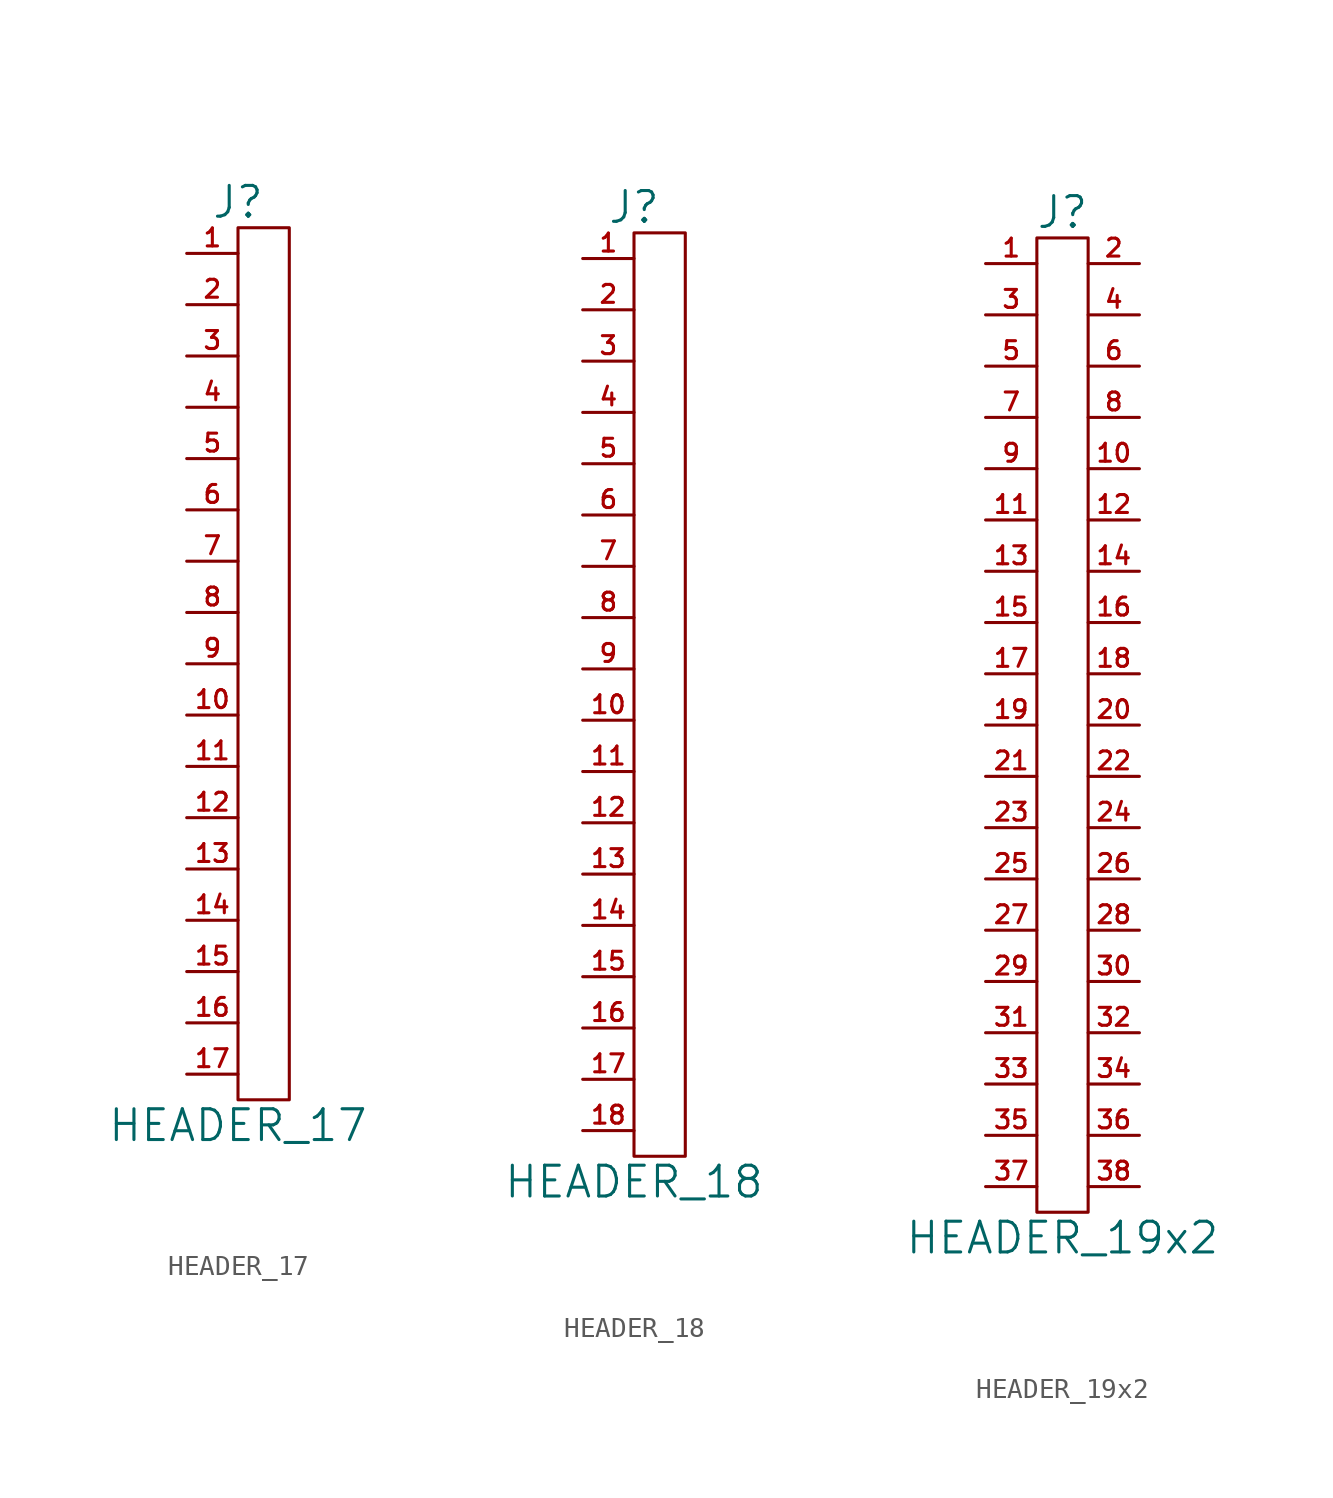
<source format=kicad_sym>
(kicad_symbol_lib
  (version 20220914)
  (generator kicad_symbol_editor)
  (symbol "HEADER_17"
    (pin_names
      (offset 0))
    (property "Reference" "J"
      (at 0 22.86 0)
      (effects (font (size 1.524 1.524))))
    (property "Value" "HEADER_17"
      (at 0 -22.86 0)
      (effects (font (size 1.524 1.524))))
    (property "Footprint" ""
      (at 0 0 0)
      (effects (font (size 1.524 1.524))))
    (property "Datasheet" ""
      (at 0 0 0)
      (effects (font (size 1.524 1.524))))
    (symbol "HEADER_17_0_1"
      (rectangle (start 2.54 21.59) (end 0 -21.59) (stroke (width 0) (type solid)) (fill (type none))))
    (symbol "HEADER_17_1_1"
      (pin passive line (at -2.54 20.32 0) (length 2.54) (name "~" (effects (font (size 0.889 0.889)))) (number "1" (effects (font (size 0.889 0.889)))))
      (pin passive line (at -2.54 -2.54 0) (length 2.54) (name "~" (effects (font (size 1.27 1.27)))) (number "10" (effects (font (size 0.889 0.889)))))
      (pin passive line (at -2.54 -5.08 0) (length 2.54) (name "~" (effects (font (size 1.27 1.27)))) (number "11" (effects (font (size 0.889 0.889)))))
      (pin passive line (at -2.54 -7.62 0) (length 2.54) (name "~" (effects (font (size 1.27 1.27)))) (number "12" (effects (font (size 0.889 0.889)))))
      (pin passive line (at -2.54 -10.16 0) (length 2.54) (name "~" (effects (font (size 1.27 1.27)))) (number "13" (effects (font (size 0.889 0.889)))))
      (pin passive line (at -2.54 -12.7 0) (length 2.54) (name "~" (effects (font (size 1.27 1.27)))) (number "14" (effects (font (size 0.889 0.889)))))
      (pin passive line (at -2.54 -15.24 0) (length 2.54) (name "~" (effects (font (size 1.27 1.27)))) (number "15" (effects (font (size 0.889 0.889)))))
      (pin passive line (at -2.54 -17.78 0) (length 2.54) (name "~" (effects (font (size 1.27 1.27)))) (number "16" (effects (font (size 0.889 0.889)))))
      (pin passive line (at -2.54 -20.32 0) (length 2.54) (name "~" (effects (font (size 1.27 1.27)))) (number "17" (effects (font (size 0.889 0.889)))))
      (pin passive line (at -2.54 17.78 0) (length 2.54) (name "~" (effects (font (size 1.27 1.27)))) (number "2" (effects (font (size 0.889 0.889)))))
      (pin passive line (at -2.54 15.24 0) (length 2.54) (name "~" (effects (font (size 1.27 1.27)))) (number "3" (effects (font (size 0.889 0.889)))))
      (pin passive line (at -2.54 12.7 0) (length 2.54) (name "~" (effects (font (size 1.27 1.27)))) (number "4" (effects (font (size 0.889 0.889)))))
      (pin passive line (at -2.54 10.16 0) (length 2.54) (name "~" (effects (font (size 1.27 1.27)))) (number "5" (effects (font (size 0.889 0.889)))))
      (pin passive line (at -2.54 7.62 0) (length 2.54) (name "~" (effects (font (size 1.27 1.27)))) (number "6" (effects (font (size 0.889 0.889)))))
      (pin passive line (at -2.54 5.08 0) (length 2.54) (name "~" (effects (font (size 1.27 1.27)))) (number "7" (effects (font (size 0.889 0.889)))))
      (pin passive line (at -2.54 2.54 0) (length 2.54) (name "~" (effects (font (size 1.27 1.27)))) (number "8" (effects (font (size 0.889 0.889)))))
      (pin passive line (at -2.54 0 0) (length 2.54) (name "~" (effects (font (size 1.27 1.27)))) (number "9" (effects (font (size 0.889 0.889)))))))
  (symbol "HEADER_18"
    (pin_names
      (offset 0))
    (property "Reference" "J"
      (at 0 24.13 0)
      (effects (font (size 1.524 1.524))))
    (property "Value" "HEADER_18"
      (at 0 -24.13 0)
      (effects (font (size 1.524 1.524))))
    (property "Footprint" ""
      (at 0 0 0)
      (effects (font (size 1.524 1.524))))
    (property "Datasheet" ""
      (at 0 0 0)
      (effects (font (size 1.524 1.524))))
    (symbol "HEADER_18_0_1"
      (rectangle (start 2.54 22.86) (end 0 -22.86) (stroke (width 0) (type solid)) (fill (type none))))
    (symbol "HEADER_18_1_1"
      (pin passive line (at -2.54 21.59 0) (length 2.54) (name "~" (effects (font (size 0.889 0.889)))) (number "1" (effects (font (size 0.889 0.889)))))
      (pin passive line (at -2.54 -1.27 0) (length 2.54) (name "~" (effects (font (size 1.27 1.27)))) (number "10" (effects (font (size 0.889 0.889)))))
      (pin passive line (at -2.54 -3.81 0) (length 2.54) (name "~" (effects (font (size 1.27 1.27)))) (number "11" (effects (font (size 0.889 0.889)))))
      (pin passive line (at -2.54 -6.35 0) (length 2.54) (name "~" (effects (font (size 1.27 1.27)))) (number "12" (effects (font (size 0.889 0.889)))))
      (pin passive line (at -2.54 -8.89 0) (length 2.54) (name "~" (effects (font (size 1.27 1.27)))) (number "13" (effects (font (size 0.889 0.889)))))
      (pin passive line (at -2.54 -11.43 0) (length 2.54) (name "~" (effects (font (size 1.27 1.27)))) (number "14" (effects (font (size 0.889 0.889)))))
      (pin passive line (at -2.54 -13.97 0) (length 2.54) (name "~" (effects (font (size 1.27 1.27)))) (number "15" (effects (font (size 0.889 0.889)))))
      (pin passive line (at -2.54 -16.51 0) (length 2.54) (name "~" (effects (font (size 1.27 1.27)))) (number "16" (effects (font (size 0.889 0.889)))))
      (pin passive line (at -2.54 -19.05 0) (length 2.54) (name "~" (effects (font (size 1.27 1.27)))) (number "17" (effects (font (size 0.889 0.889)))))
      (pin passive line (at -2.54 -21.59 0) (length 2.54) (name "~" (effects (font (size 1.27 1.27)))) (number "18" (effects (font (size 0.889 0.889)))))
      (pin passive line (at -2.54 19.05 0) (length 2.54) (name "~" (effects (font (size 1.27 1.27)))) (number "2" (effects (font (size 0.889 0.889)))))
      (pin passive line (at -2.54 16.51 0) (length 2.54) (name "~" (effects (font (size 1.27 1.27)))) (number "3" (effects (font (size 0.889 0.889)))))
      (pin passive line (at -2.54 13.97 0) (length 2.54) (name "~" (effects (font (size 1.27 1.27)))) (number "4" (effects (font (size 0.889 0.889)))))
      (pin passive line (at -2.54 11.43 0) (length 2.54) (name "~" (effects (font (size 1.27 1.27)))) (number "5" (effects (font (size 0.889 0.889)))))
      (pin passive line (at -2.54 8.89 0) (length 2.54) (name "~" (effects (font (size 1.27 1.27)))) (number "6" (effects (font (size 0.889 0.889)))))
      (pin passive line (at -2.54 6.35 0) (length 2.54) (name "~" (effects (font (size 1.27 1.27)))) (number "7" (effects (font (size 0.889 0.889)))))
      (pin passive line (at -2.54 3.81 0) (length 2.54) (name "~" (effects (font (size 1.27 1.27)))) (number "8" (effects (font (size 0.889 0.889)))))
      (pin passive line (at -2.54 1.27 0) (length 2.54) (name "~" (effects (font (size 1.27 1.27)))) (number "9" (effects (font (size 0.889 0.889)))))))
  (symbol "HEADER_19x2"
    (pin_names
      (offset 0))
    (property "Reference" "J"
      (at 0 25.4 0)
      (effects (font (size 1.524 1.524))))
    (property "Value" "HEADER_19x2"
      (at 0 -25.4 0)
      (effects (font (size 1.524 1.524))))
    (property "Footprint" ""
      (at 0 -1.27 0)
      (effects (font (size 1.524 1.524))))
    (property "Datasheet" ""
      (at 0 0 0)
      (effects (font (size 1.524 1.524))))
    (symbol "HEADER_19x2_0_1"
      (rectangle (start -1.27 24.13) (end 1.27 -24.13) (stroke (width 0) (type solid)) (fill (type none))))
    (symbol "HEADER_19x2_1_1"
      (pin passive line (at -3.81 22.86 0) (length 2.54) (name "~" (effects (font (size 0.889 0.889)))) (number "1" (effects (font (size 0.889 0.889)))))
      (pin passive line (at 3.81 12.7 180) (length 2.54) (name "~" (effects (font (size 1.27 1.27)))) (number "10" (effects (font (size 0.889 0.889)))))
      (pin passive line (at -3.81 10.16 0) (length 2.54) (name "~" (effects (font (size 1.27 1.27)))) (number "11" (effects (font (size 0.889 0.889)))))
      (pin passive line (at 3.81 10.16 180) (length 2.54) (name "~" (effects (font (size 1.27 1.27)))) (number "12" (effects (font (size 0.889 0.889)))))
      (pin passive line (at -3.81 7.62 0) (length 2.54) (name "~" (effects (font (size 1.27 1.27)))) (number "13" (effects (font (size 0.889 0.889)))))
      (pin passive line (at 3.81 7.62 180) (length 2.54) (name "~" (effects (font (size 1.27 1.27)))) (number "14" (effects (font (size 0.889 0.889)))))
      (pin passive line (at -3.81 5.08 0) (length 2.54) (name "~" (effects (font (size 1.27 1.27)))) (number "15" (effects (font (size 0.889 0.889)))))
      (pin passive line (at 3.81 5.08 180) (length 2.54) (name "~" (effects (font (size 1.27 1.27)))) (number "16" (effects (font (size 0.889 0.889)))))
      (pin passive line (at -3.81 2.54 0) (length 2.54) (name "~" (effects (font (size 1.27 1.27)))) (number "17" (effects (font (size 0.889 0.889)))))
      (pin passive line (at 3.81 2.54 180) (length 2.54) (name "~" (effects (font (size 1.27 1.27)))) (number "18" (effects (font (size 0.889 0.889)))))
      (pin passive line (at -3.81 0 0) (length 2.54) (name "~" (effects (font (size 1.27 1.27)))) (number "19" (effects (font (size 0.889 0.889)))))
      (pin passive line (at 3.81 22.86 180) (length 2.54) (name "~" (effects (font (size 1.27 1.27)))) (number "2" (effects (font (size 0.889 0.889)))))
      (pin passive line (at 3.81 0 180) (length 2.54) (name "~" (effects (font (size 1.27 1.27)))) (number "20" (effects (font (size 0.889 0.889)))))
      (pin passive line (at -3.81 -2.54 0) (length 2.54) (name "~" (effects (font (size 1.27 1.27)))) (number "21" (effects (font (size 0.889 0.889)))))
      (pin passive line (at 3.81 -2.54 180) (length 2.54) (name "~" (effects (font (size 1.27 1.27)))) (number "22" (effects (font (size 0.889 0.889)))))
      (pin passive line (at -3.81 -5.08 0) (length 2.54) (name "~" (effects (font (size 1.27 1.27)))) (number "23" (effects (font (size 0.889 0.889)))))
      (pin passive line (at 3.81 -5.08 180) (length 2.54) (name "~" (effects (font (size 1.27 1.27)))) (number "24" (effects (font (size 0.889 0.889)))))
      (pin passive line (at -3.81 -7.62 0) (length 2.54) (name "~" (effects (font (size 1.27 1.27)))) (number "25" (effects (font (size 0.889 0.889)))))
      (pin passive line (at 3.81 -7.62 180) (length 2.54) (name "~" (effects (font (size 1.27 1.27)))) (number "26" (effects (font (size 0.889 0.889)))))
      (pin passive line (at -3.81 -10.16 0) (length 2.54) (name "~" (effects (font (size 1.27 1.27)))) (number "27" (effects (font (size 0.889 0.889)))))
      (pin passive line (at 3.81 -10.16 180) (length 2.54) (name "~" (effects (font (size 1.27 1.27)))) (number "28" (effects (font (size 0.889 0.889)))))
      (pin passive line (at -3.81 -12.7 0) (length 2.54) (name "~" (effects (font (size 1.27 1.27)))) (number "29" (effects (font (size 0.889 0.889)))))
      (pin passive line (at -3.81 20.32 0) (length 2.54) (name "~" (effects (font (size 1.27 1.27)))) (number "3" (effects (font (size 0.889 0.889)))))
      (pin passive line (at 3.81 -12.7 180) (length 2.54) (name "~" (effects (font (size 1.27 1.27)))) (number "30" (effects (font (size 0.889 0.889)))))
      (pin passive line (at -3.81 -15.24 0) (length 2.54) (name "~" (effects (font (size 1.27 1.27)))) (number "31" (effects (font (size 0.889 0.889)))))
      (pin passive line (at 3.81 -15.24 180) (length 2.54) (name "~" (effects (font (size 1.27 1.27)))) (number "32" (effects (font (size 0.889 0.889)))))
      (pin passive line (at -3.81 -17.78 0) (length 2.54) (name "~" (effects (font (size 1.27 1.27)))) (number "33" (effects (font (size 0.889 0.889)))))
      (pin passive line (at 3.81 -17.78 180) (length 2.54) (name "~" (effects (font (size 1.27 1.27)))) (number "34" (effects (font (size 0.889 0.889)))))
      (pin passive line (at -3.81 -20.32 0) (length 2.54) (name "~" (effects (font (size 1.27 1.27)))) (number "35" (effects (font (size 0.889 0.889)))))
      (pin passive line (at 3.81 -20.32 180) (length 2.54) (name "~" (effects (font (size 1.27 1.27)))) (number "36" (effects (font (size 0.889 0.889)))))
      (pin passive line (at -3.81 -22.86 0) (length 2.54) (name "~" (effects (font (size 1.27 1.27)))) (number "37" (effects (font (size 0.889 0.889)))))
      (pin passive line (at 3.81 -22.86 180) (length 2.54) (name "~" (effects (font (size 1.27 1.27)))) (number "38" (effects (font (size 0.889 0.889)))))
      (pin passive line (at 3.81 20.32 180) (length 2.54) (name "~" (effects (font (size 1.27 1.27)))) (number "4" (effects (font (size 0.889 0.889)))))
      (pin passive line (at -3.81 17.78 0) (length 2.54) (name "~" (effects (font (size 1.27 1.27)))) (number "5" (effects (font (size 0.889 0.889)))))
      (pin passive line (at 3.81 17.78 180) (length 2.54) (name "~" (effects (font (size 1.27 1.27)))) (number "6" (effects (font (size 0.889 0.889)))))
      (pin passive line (at -3.81 15.24 0) (length 2.54) (name "~" (effects (font (size 1.27 1.27)))) (number "7" (effects (font (size 0.889 0.889)))))
      (pin passive line (at 3.81 15.24 180) (length 2.54) (name "~" (effects (font (size 1.27 1.27)))) (number "8" (effects (font (size 0.889 0.889)))))
      (pin passive line (at -3.81 12.7 0) (length 2.54) (name "~" (effects (font (size 1.27 1.27)))) (number "9" (effects (font (size 0.889 0.889))))))))
</source>
